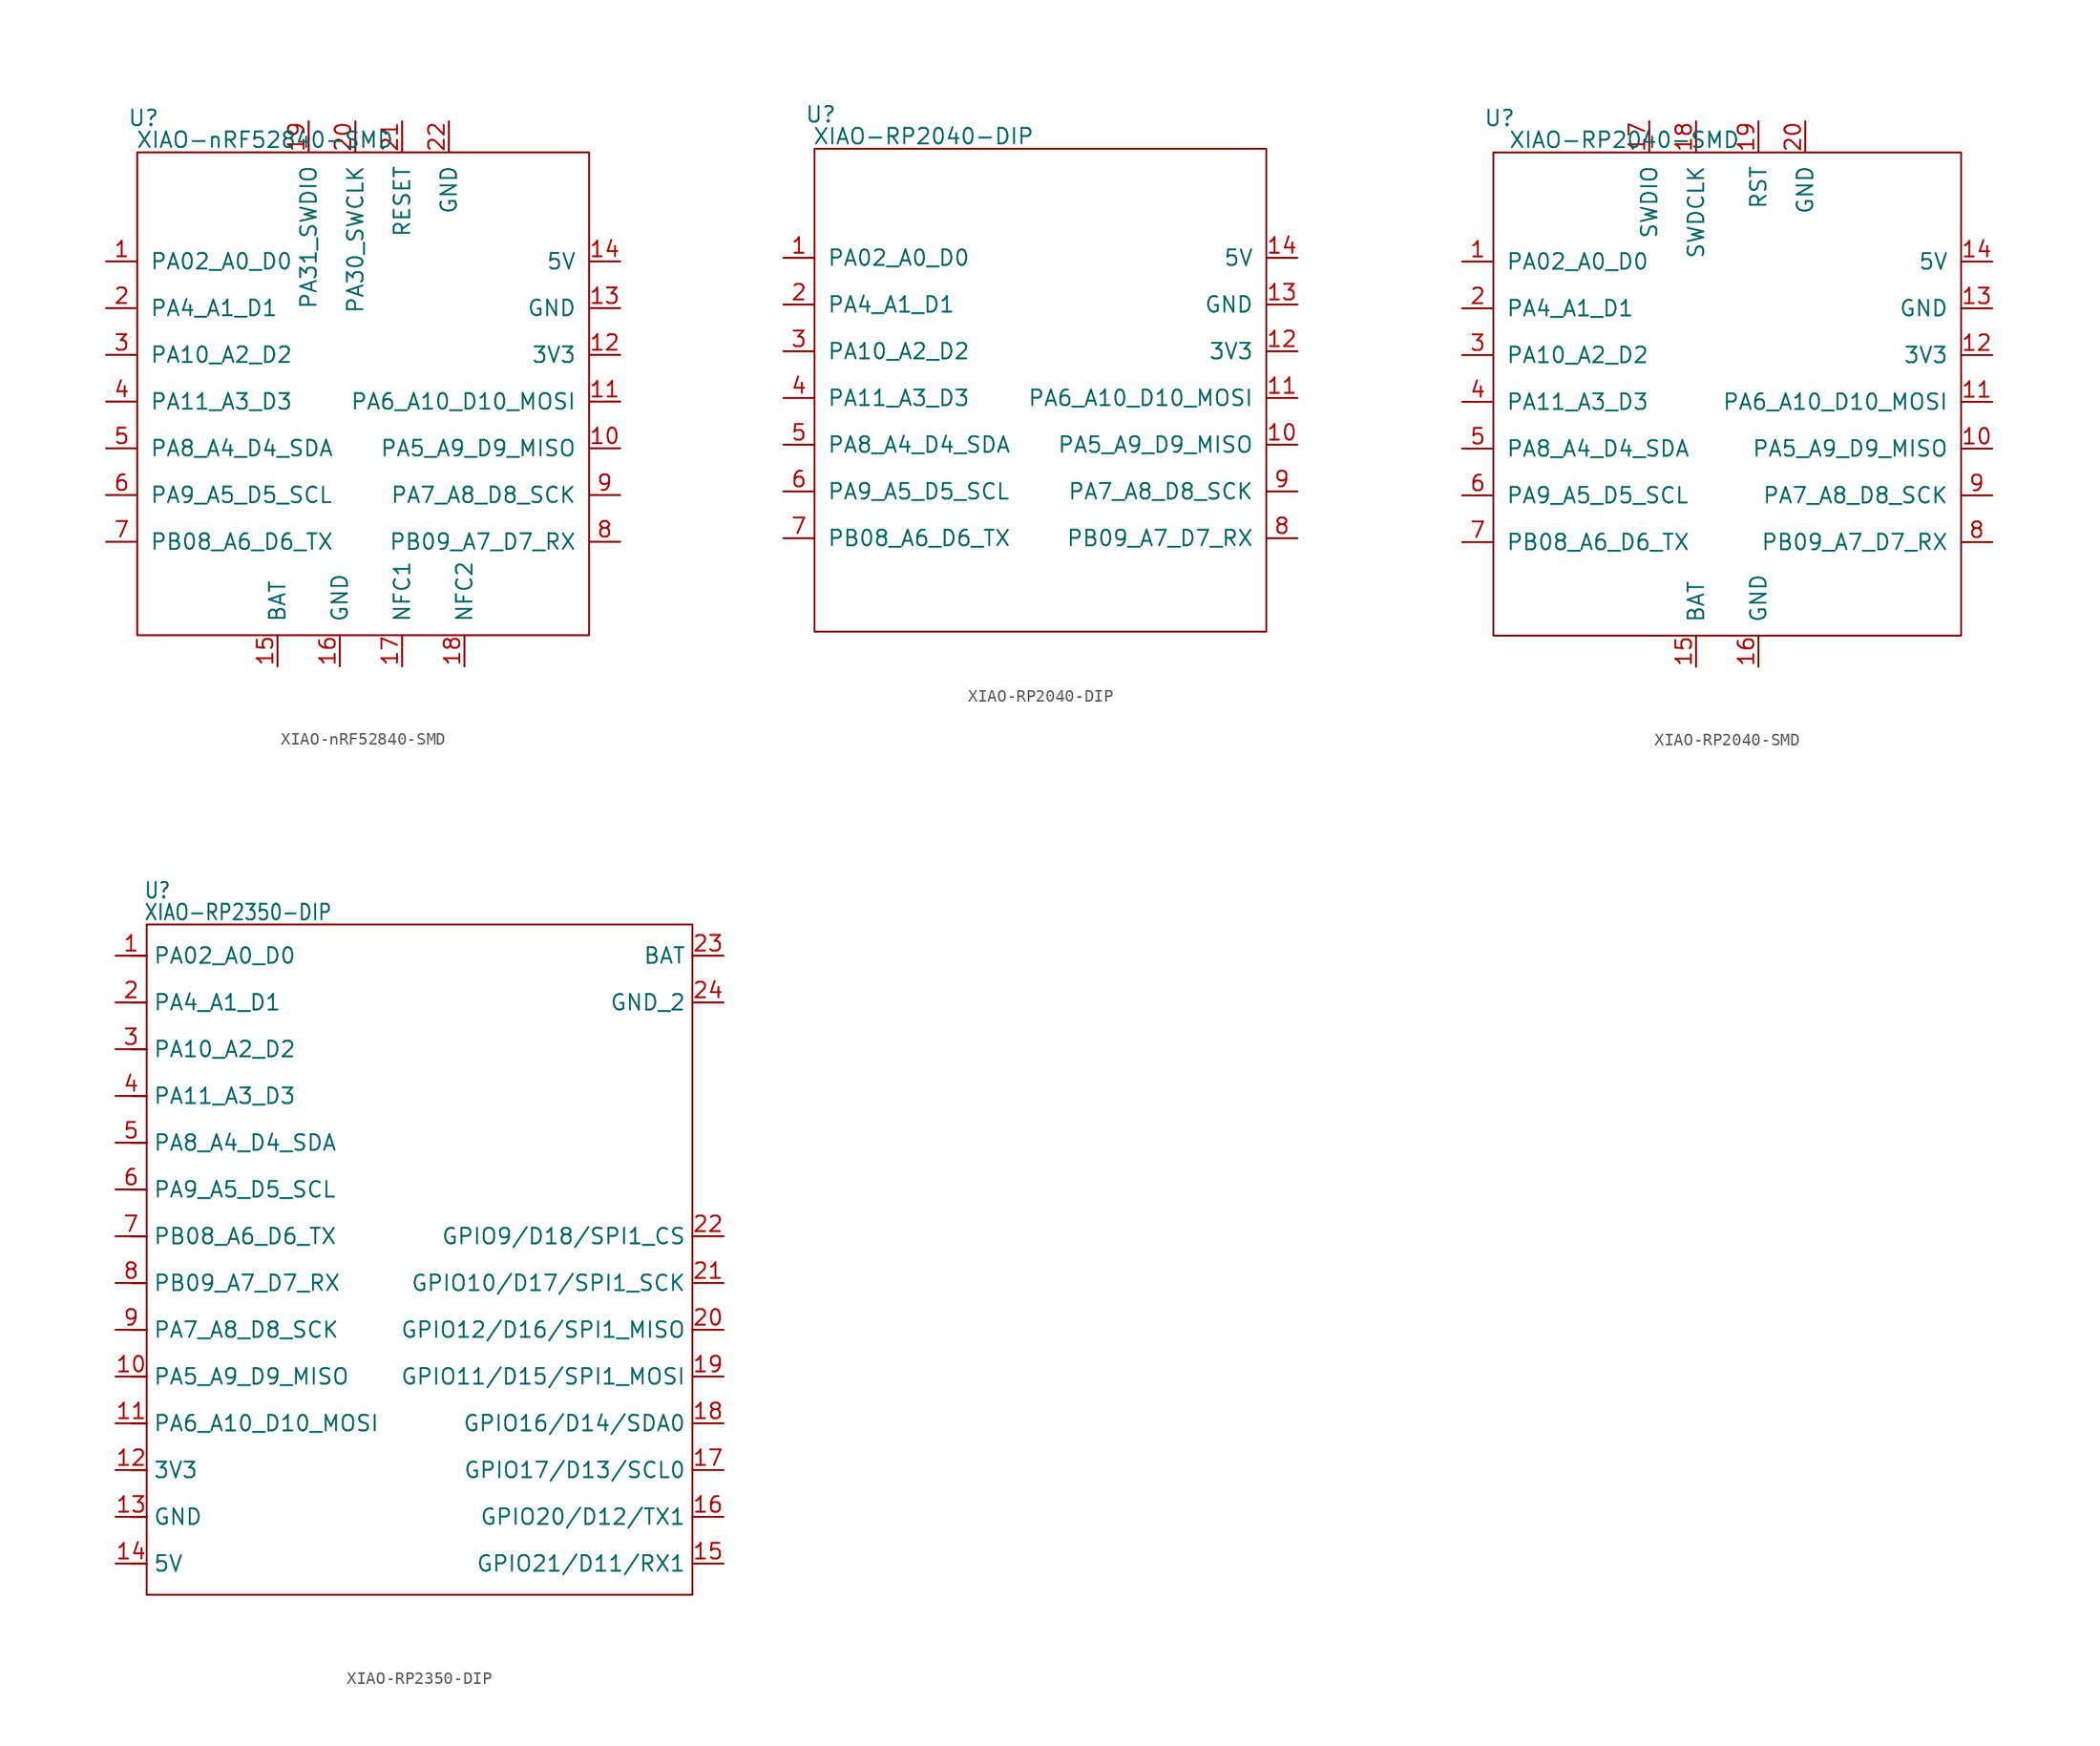
<source format=kicad_sym>
(kicad_symbol_lib
  (version 20231120)
  (generator "kicad_symbol_editor")
  (generator_version "8.0")
  (symbol "XIAO-nRF52840-SMD"
    (pin_names
      (offset 1.016))
    (property "Reference" "U"
      (at -18.542 23.114 0)
      (effects (font (size 1.27 1.27))))
    (property "Value" "XIAO-nRF52840-SMD"
      (at -8.636 21.336 0)
      (effects (font (size 1.27 1.27))))
    (symbol "XIAO-nRF52840-SMD_0_1"
      (rectangle (start -19.05 20.32) (end 17.78 -19.05) (stroke (width 0) (type default)) (fill (type none))))
    (symbol "XIAO-nRF52840-SMD_1_1"
      (pin passive line (at -21.59 11.43 0) (length 2.54) (name "PA02_A0_D0" (effects (font (size 1.27 1.27)))) (number "1" (effects (font (size 1.27 1.27)))))
      (pin passive line (at 20.32 -3.81 180) (length 2.54) (name "PA5_A9_D9_MISO" (effects (font (size 1.27 1.27)))) (number "10" (effects (font (size 1.27 1.27)))))
      (pin passive line (at 20.32 0 180) (length 2.54) (name "PA6_A10_D10_MOSI" (effects (font (size 1.27 1.27)))) (number "11" (effects (font (size 1.27 1.27)))))
      (pin passive line (at 20.32 3.81 180) (length 2.54) (name "3V3" (effects (font (size 1.27 1.27)))) (number "12" (effects (font (size 1.27 1.27)))))
      (pin passive line (at 20.32 7.62 180) (length 2.54) (name "GND" (effects (font (size 1.27 1.27)))) (number "13" (effects (font (size 1.27 1.27)))))
      (pin passive line (at 20.32 11.43 180) (length 2.54) (name "5V" (effects (font (size 1.27 1.27)))) (number "14" (effects (font (size 1.27 1.27)))))
      (pin passive line (at -7.62 -21.59 90) (length 2.54) (name "BAT" (effects (font (size 1.27 1.27)))) (number "15" (effects (font (size 1.27 1.27)))))
      (pin passive line (at -2.54 -21.59 90) (length 2.54) (name "GND" (effects (font (size 1.27 1.27)))) (number "16" (effects (font (size 1.27 1.27)))))
      (pin passive line (at 2.54 -21.59 90) (length 2.54) (name "NFC1" (effects (font (size 1.27 1.27)))) (number "17" (effects (font (size 1.27 1.27)))))
      (pin passive line (at 7.62 -21.59 90) (length 2.54) (name "NFC2" (effects (font (size 1.27 1.27)))) (number "18" (effects (font (size 1.27 1.27)))))
      (pin passive line (at -5.08 22.86 270) (length 2.54) (name "PA31_SWDIO" (effects (font (size 1.27 1.27)))) (number "19" (effects (font (size 1.27 1.27)))))
      (pin passive line (at -21.59 7.62 0) (length 2.54) (name "PA4_A1_D1" (effects (font (size 1.27 1.27)))) (number "2" (effects (font (size 1.27 1.27)))))
      (pin passive line (at -1.27 22.86 270) (length 2.54) (name "PA30_SWCLK" (effects (font (size 1.27 1.27)))) (number "20" (effects (font (size 1.27 1.27)))))
      (pin passive line (at 2.54 22.86 270) (length 2.54) (name "RESET" (effects (font (size 1.27 1.27)))) (number "21" (effects (font (size 1.27 1.27)))))
      (pin passive line (at 6.35 22.86 270) (length 2.54) (name "GND" (effects (font (size 1.27 1.27)))) (number "22" (effects (font (size 1.27 1.27)))))
      (pin passive line (at -21.59 3.81 0) (length 2.54) (name "PA10_A2_D2" (effects (font (size 1.27 1.27)))) (number "3" (effects (font (size 1.27 1.27)))))
      (pin passive line (at -21.59 0 0) (length 2.54) (name "PA11_A3_D3" (effects (font (size 1.27 1.27)))) (number "4" (effects (font (size 1.27 1.27)))))
      (pin passive line (at -21.59 -3.81 0) (length 2.54) (name "PA8_A4_D4_SDA" (effects (font (size 1.27 1.27)))) (number "5" (effects (font (size 1.27 1.27)))))
      (pin passive line (at -21.59 -7.62 0) (length 2.54) (name "PA9_A5_D5_SCL" (effects (font (size 1.27 1.27)))) (number "6" (effects (font (size 1.27 1.27)))))
      (pin passive line (at -21.59 -11.43 0) (length 2.54) (name "PB08_A6_D6_TX" (effects (font (size 1.27 1.27)))) (number "7" (effects (font (size 1.27 1.27)))))
      (pin passive line (at 20.32 -11.43 180) (length 2.54) (name "PB09_A7_D7_RX" (effects (font (size 1.27 1.27)))) (number "8" (effects (font (size 1.27 1.27)))))
      (pin passive line (at 20.32 -7.62 180) (length 2.54) (name "PA7_A8_D8_SCK" (effects (font (size 1.27 1.27)))) (number "9" (effects (font (size 1.27 1.27)))))))
  (symbol "XIAO-RP2040-DIP"
    (pin_names
      (offset 1.016))
    (property "Reference" "U"
      (at -18.542 23.114 0)
      (effects (font (size 1.27 1.27))))
    (property "Value" "XIAO-RP2040-DIP"
      (at -10.16 21.336 0)
      (effects (font (size 1.27 1.27))))
    (symbol "XIAO-RP2040-DIP_0_1"
      (rectangle (start -19.05 20.32) (end 17.78 -19.05) (stroke (width 0) (type default)) (fill (type none))))
    (symbol "XIAO-RP2040-DIP_1_1"
      (pin passive line (at -21.59 11.43 0) (length 2.54) (name "PA02_A0_D0" (effects (font (size 1.27 1.27)))) (number "1" (effects (font (size 1.27 1.27)))))
      (pin passive line (at 20.32 -3.81 180) (length 2.54) (name "PA5_A9_D9_MISO" (effects (font (size 1.27 1.27)))) (number "10" (effects (font (size 1.27 1.27)))))
      (pin passive line (at 20.32 0 180) (length 2.54) (name "PA6_A10_D10_MOSI" (effects (font (size 1.27 1.27)))) (number "11" (effects (font (size 1.27 1.27)))))
      (pin passive line (at 20.32 3.81 180) (length 2.54) (name "3V3" (effects (font (size 1.27 1.27)))) (number "12" (effects (font (size 1.27 1.27)))))
      (pin passive line (at 20.32 7.62 180) (length 2.54) (name "GND" (effects (font (size 1.27 1.27)))) (number "13" (effects (font (size 1.27 1.27)))))
      (pin passive line (at 20.32 11.43 180) (length 2.54) (name "5V" (effects (font (size 1.27 1.27)))) (number "14" (effects (font (size 1.27 1.27)))))
      (pin passive line (at -21.59 7.62 0) (length 2.54) (name "PA4_A1_D1" (effects (font (size 1.27 1.27)))) (number "2" (effects (font (size 1.27 1.27)))))
      (pin passive line (at -21.59 3.81 0) (length 2.54) (name "PA10_A2_D2" (effects (font (size 1.27 1.27)))) (number "3" (effects (font (size 1.27 1.27)))))
      (pin passive line (at -21.59 0 0) (length 2.54) (name "PA11_A3_D3" (effects (font (size 1.27 1.27)))) (number "4" (effects (font (size 1.27 1.27)))))
      (pin passive line (at -21.59 -3.81 0) (length 2.54) (name "PA8_A4_D4_SDA" (effects (font (size 1.27 1.27)))) (number "5" (effects (font (size 1.27 1.27)))))
      (pin passive line (at -21.59 -7.62 0) (length 2.54) (name "PA9_A5_D5_SCL" (effects (font (size 1.27 1.27)))) (number "6" (effects (font (size 1.27 1.27)))))
      (pin passive line (at -21.59 -11.43 0) (length 2.54) (name "PB08_A6_D6_TX" (effects (font (size 1.27 1.27)))) (number "7" (effects (font (size 1.27 1.27)))))
      (pin passive line (at 20.32 -11.43 180) (length 2.54) (name "PB09_A7_D7_RX" (effects (font (size 1.27 1.27)))) (number "8" (effects (font (size 1.27 1.27)))))
      (pin passive line (at 20.32 -7.62 180) (length 2.54) (name "PA7_A8_D8_SCK" (effects (font (size 1.27 1.27)))) (number "9" (effects (font (size 1.27 1.27)))))))
  (symbol "XIAO-RP2040-SMD"
    (pin_names
      (offset 1.016))
    (property "Reference" "U"
      (at -18.542 23.114 0)
      (effects (font (size 1.27 1.27))))
    (property "Value" "XIAO-RP2040-SMD"
      (at -8.382 21.336 0)
      (effects (font (size 1.27 1.27))))
    (symbol "XIAO-RP2040-SMD_0_1"
      (rectangle (start 19.05 -19.05) (end -19.05 20.32) (stroke (width 0) (type default)) (fill (type none))))
    (symbol "XIAO-RP2040-SMD_1_1"
      (pin passive line (at -21.59 11.43 0) (length 2.54) (name "PA02_A0_D0" (effects (font (size 1.27 1.27)))) (number "1" (effects (font (size 1.27 1.27)))))
      (pin passive line (at 21.59 -3.81 180) (length 2.54) (name "PA5_A9_D9_MISO" (effects (font (size 1.27 1.27)))) (number "10" (effects (font (size 1.27 1.27)))))
      (pin passive line (at 21.59 0 180) (length 2.54) (name "PA6_A10_D10_MOSI" (effects (font (size 1.27 1.27)))) (number "11" (effects (font (size 1.27 1.27)))))
      (pin passive line (at 21.59 3.81 180) (length 2.54) (name "3V3" (effects (font (size 1.27 1.27)))) (number "12" (effects (font (size 1.27 1.27)))))
      (pin passive line (at 21.59 7.62 180) (length 2.54) (name "GND" (effects (font (size 1.27 1.27)))) (number "13" (effects (font (size 1.27 1.27)))))
      (pin passive line (at 21.59 11.43 180) (length 2.54) (name "5V" (effects (font (size 1.27 1.27)))) (number "14" (effects (font (size 1.27 1.27)))))
      (pin passive line (at -2.54 -21.59 90) (length 2.54) (name "BAT" (effects (font (size 1.27 1.27)))) (number "15" (effects (font (size 1.27 1.27)))))
      (pin passive line (at 2.54 -21.59 90) (length 2.54) (name "GND" (effects (font (size 1.27 1.27)))) (number "16" (effects (font (size 1.27 1.27)))))
      (pin passive line (at -6.35 22.86 270) (length 2.54) (name "SWDIO" (effects (font (size 1.27 1.27)))) (number "17" (effects (font (size 1.27 1.27)))))
      (pin passive line (at -2.54 22.86 270) (length 2.54) (name "SWDCLK" (effects (font (size 1.27 1.27)))) (number "18" (effects (font (size 1.27 1.27)))))
      (pin passive line (at 2.54 22.86 270) (length 2.54) (name "RST" (effects (font (size 1.27 1.27)))) (number "19" (effects (font (size 1.27 1.27)))))
      (pin passive line (at -21.59 7.62 0) (length 2.54) (name "PA4_A1_D1" (effects (font (size 1.27 1.27)))) (number "2" (effects (font (size 1.27 1.27)))))
      (pin passive line (at 6.35 22.86 270) (length 2.54) (name "GND" (effects (font (size 1.27 1.27)))) (number "20" (effects (font (size 1.27 1.27)))))
      (pin passive line (at -21.59 3.81 0) (length 2.54) (name "PA10_A2_D2" (effects (font (size 1.27 1.27)))) (number "3" (effects (font (size 1.27 1.27)))))
      (pin passive line (at -21.59 0 0) (length 2.54) (name "PA11_A3_D3" (effects (font (size 1.27 1.27)))) (number "4" (effects (font (size 1.27 1.27)))))
      (pin passive line (at -21.59 -3.81 0) (length 2.54) (name "PA8_A4_D4_SDA" (effects (font (size 1.27 1.27)))) (number "5" (effects (font (size 1.27 1.27)))))
      (pin passive line (at -21.59 -7.62 0) (length 2.54) (name "PA9_A5_D5_SCL" (effects (font (size 1.27 1.27)))) (number "6" (effects (font (size 1.27 1.27)))))
      (pin passive line (at -21.59 -11.43 0) (length 2.54) (name "PB08_A6_D6_TX" (effects (font (size 1.27 1.27)))) (number "7" (effects (font (size 1.27 1.27)))))
      (pin passive line (at 21.59 -11.43 180) (length 2.54) (name "PB09_A7_D7_RX" (effects (font (size 1.27 1.27)))) (number "8" (effects (font (size 1.27 1.27)))))
      (pin passive line (at 21.59 -7.62 180) (length 2.54) (name "PA7_A8_D8_SCK" (effects (font (size 1.27 1.27)))) (number "9" (effects (font (size 1.27 1.27)))))))
  (symbol "XIAO-RP2350-DIP"
    (property "Reference" "U"
      (at -21.844 27.432 0)
      (effects (font (size 1.27 1.079)) (justify left bottom)))
    (property "Value" "XIAO-RP2350-DIP"
      (at -21.844 25.654 0)
      (effects (font (size 1.27 1.079)) (justify left bottom)))
    (symbol "XIAO-RP2350-DIP_0_1"
      (rectangle (start -21.59 25.4) (end 22.86 -29.21) (stroke (width 0) (type default)) (fill (type none))))
    (symbol "XIAO-RP2350-DIP_1_0"
      (polyline (pts (xy -22.86 -26.67) (xy -21.59 -26.67)) (stroke (width 0.152) (type solid)) (fill (type none)))
      (polyline (pts (xy -22.86 -22.86) (xy -21.59 -22.86)) (stroke (width 0.152) (type solid)) (fill (type none)))
      (polyline (pts (xy -22.86 -19.05) (xy -21.59 -19.05)) (stroke (width 0.152) (type solid)) (fill (type none)))
      (polyline (pts (xy -22.86 -15.24) (xy -21.59 -15.24)) (stroke (width 0.152) (type solid)) (fill (type none)))
      (polyline (pts (xy -22.86 -11.43) (xy -21.59 -11.43)) (stroke (width 0.152) (type solid)) (fill (type none)))
      (polyline (pts (xy -22.86 -7.62) (xy -21.59 -7.62)) (stroke (width 0.152) (type solid)) (fill (type none)))
      (polyline (pts (xy -22.86 -3.81) (xy -21.59 -3.81)) (stroke (width 0.152) (type solid)) (fill (type none)))
      (polyline (pts (xy -21.59 0) (xy -22.86 0)) (stroke (width 0.152) (type solid)) (fill (type none)))
      (polyline (pts (xy -21.59 3.81) (xy -22.86 3.81)) (stroke (width 0.152) (type solid)) (fill (type none)))
      (polyline (pts (xy -21.59 7.62) (xy -22.86 7.62)) (stroke (width 0.152) (type solid)) (fill (type none)))
      (polyline (pts (xy -21.59 11.43) (xy -22.86 11.43)) (stroke (width 0.152) (type solid)) (fill (type none)))
      (polyline (pts (xy -21.59 15.24) (xy -22.86 15.24)) (stroke (width 0.152) (type solid)) (fill (type none)))
      (polyline (pts (xy -21.59 19.05) (xy -22.86 19.05)) (stroke (width 0.152) (type solid)) (fill (type none)))
      (polyline (pts (xy -21.59 22.86) (xy -22.86 22.86)) (stroke (width 0.152) (type solid)) (fill (type none)))
      (pin passive line (at -24.13 22.86 0) (length 2.54) (name "PA02_A0_D0" (effects (font (size 1.27 1.27)))) (number "1" (effects (font (size 1.27 1.27)))))
      (pin passive line (at -24.13 -11.43 0) (length 2.54) (name "PA5_A9_D9_MISO" (effects (font (size 1.27 1.27)))) (number "10" (effects (font (size 1.27 1.27)))))
      (pin passive line (at -24.13 -15.24 0) (length 2.54) (name "PA6_A10_D10_MOSI" (effects (font (size 1.27 1.27)))) (number "11" (effects (font (size 1.27 1.27)))))
      (pin passive line (at -24.13 -19.05 0) (length 2.54) (name "3V3" (effects (font (size 1.27 1.27)))) (number "12" (effects (font (size 1.27 1.27)))))
      (pin passive line (at -24.13 -22.86 0) (length 2.54) (name "GND" (effects (font (size 1.27 1.27)))) (number "13" (effects (font (size 1.27 1.27)))))
      (pin passive line (at -24.13 -26.67 0) (length 2.54) (name "5V" (effects (font (size 1.27 1.27)))) (number "14" (effects (font (size 1.27 1.27)))))
      (pin passive line (at -24.13 19.05 0) (length 2.54) (name "PA4_A1_D1" (effects (font (size 1.27 1.27)))) (number "2" (effects (font (size 1.27 1.27)))))
      (pin passive line (at -24.13 15.24 0) (length 2.54) (name "PA10_A2_D2" (effects (font (size 1.27 1.27)))) (number "3" (effects (font (size 1.27 1.27)))))
      (pin passive line (at -24.13 11.43 0) (length 2.54) (name "PA11_A3_D3" (effects (font (size 1.27 1.27)))) (number "4" (effects (font (size 1.27 1.27)))))
      (pin passive line (at -24.13 7.62 0) (length 2.54) (name "PA8_A4_D4_SDA" (effects (font (size 1.27 1.27)))) (number "5" (effects (font (size 1.27 1.27)))))
      (pin passive line (at -24.13 3.81 0) (length 2.54) (name "PA9_A5_D5_SCL" (effects (font (size 1.27 1.27)))) (number "6" (effects (font (size 1.27 1.27)))))
      (pin passive line (at -24.13 0 0) (length 2.54) (name "PB08_A6_D6_TX" (effects (font (size 1.27 1.27)))) (number "7" (effects (font (size 1.27 1.27)))))
      (pin passive line (at -24.13 -3.81 0) (length 2.54) (name "PB09_A7_D7_RX" (effects (font (size 1.27 1.27)))) (number "8" (effects (font (size 1.27 1.27)))))
      (pin passive line (at -24.13 -7.62 0) (length 2.54) (name "PA7_A8_D8_SCK" (effects (font (size 1.27 1.27)))) (number "9" (effects (font (size 1.27 1.27))))))
    (symbol "XIAO-RP2350-DIP_1_1"
      (pin passive line (at 25.4 -26.67 180) (length 2.54) (name "GPIO21/D11/RX1" (effects (font (size 1.27 1.27)))) (number "15" (effects (font (size 1.27 1.27)))))
      (pin passive line (at 25.4 -22.86 180) (length 2.54) (name "GPIO20/D12/TX1" (effects (font (size 1.27 1.27)))) (number "16" (effects (font (size 1.27 1.27)))))
      (pin passive line (at 25.4 -19.05 180) (length 2.54) (name "GPIO17/D13/SCL0" (effects (font (size 1.27 1.27)))) (number "17" (effects (font (size 1.27 1.27)))))
      (pin passive line (at 25.4 -15.24 180) (length 2.54) (name "GPIO16/D14/SDA0" (effects (font (size 1.27 1.27)))) (number "18" (effects (font (size 1.27 1.27)))))
      (pin passive line (at 25.4 -11.43 180) (length 2.54) (name "GPIO11/D15/SPI1_MOSI" (effects (font (size 1.27 1.27)))) (number "19" (effects (font (size 1.27 1.27)))))
      (pin passive line (at 25.4 -7.62 180) (length 2.54) (name "GPIO12/D16/SPI1_MISO" (effects (font (size 1.27 1.27)))) (number "20" (effects (font (size 1.27 1.27)))))
      (pin passive line (at 25.4 -3.81 180) (length 2.54) (name "GPIO10/D17/SPI1_SCK" (effects (font (size 1.27 1.27)))) (number "21" (effects (font (size 1.27 1.27)))))
      (pin passive line (at 25.4 0 180) (length 2.54) (name "GPIO9/D18/SPI1_CS" (effects (font (size 1.27 1.27)))) (number "22" (effects (font (size 1.27 1.27)))))
      (pin passive line (at 25.4 22.86 180) (length 2.54) (name "BAT" (effects (font (size 1.27 1.27)))) (number "23" (effects (font (size 1.27 1.27)))))
      (pin passive line (at 25.4 19.05 180) (length 2.54) (name "GND_2" (effects (font (size 1.27 1.27)))) (number "24" (effects (font (size 1.27 1.27))))))))
</source>
